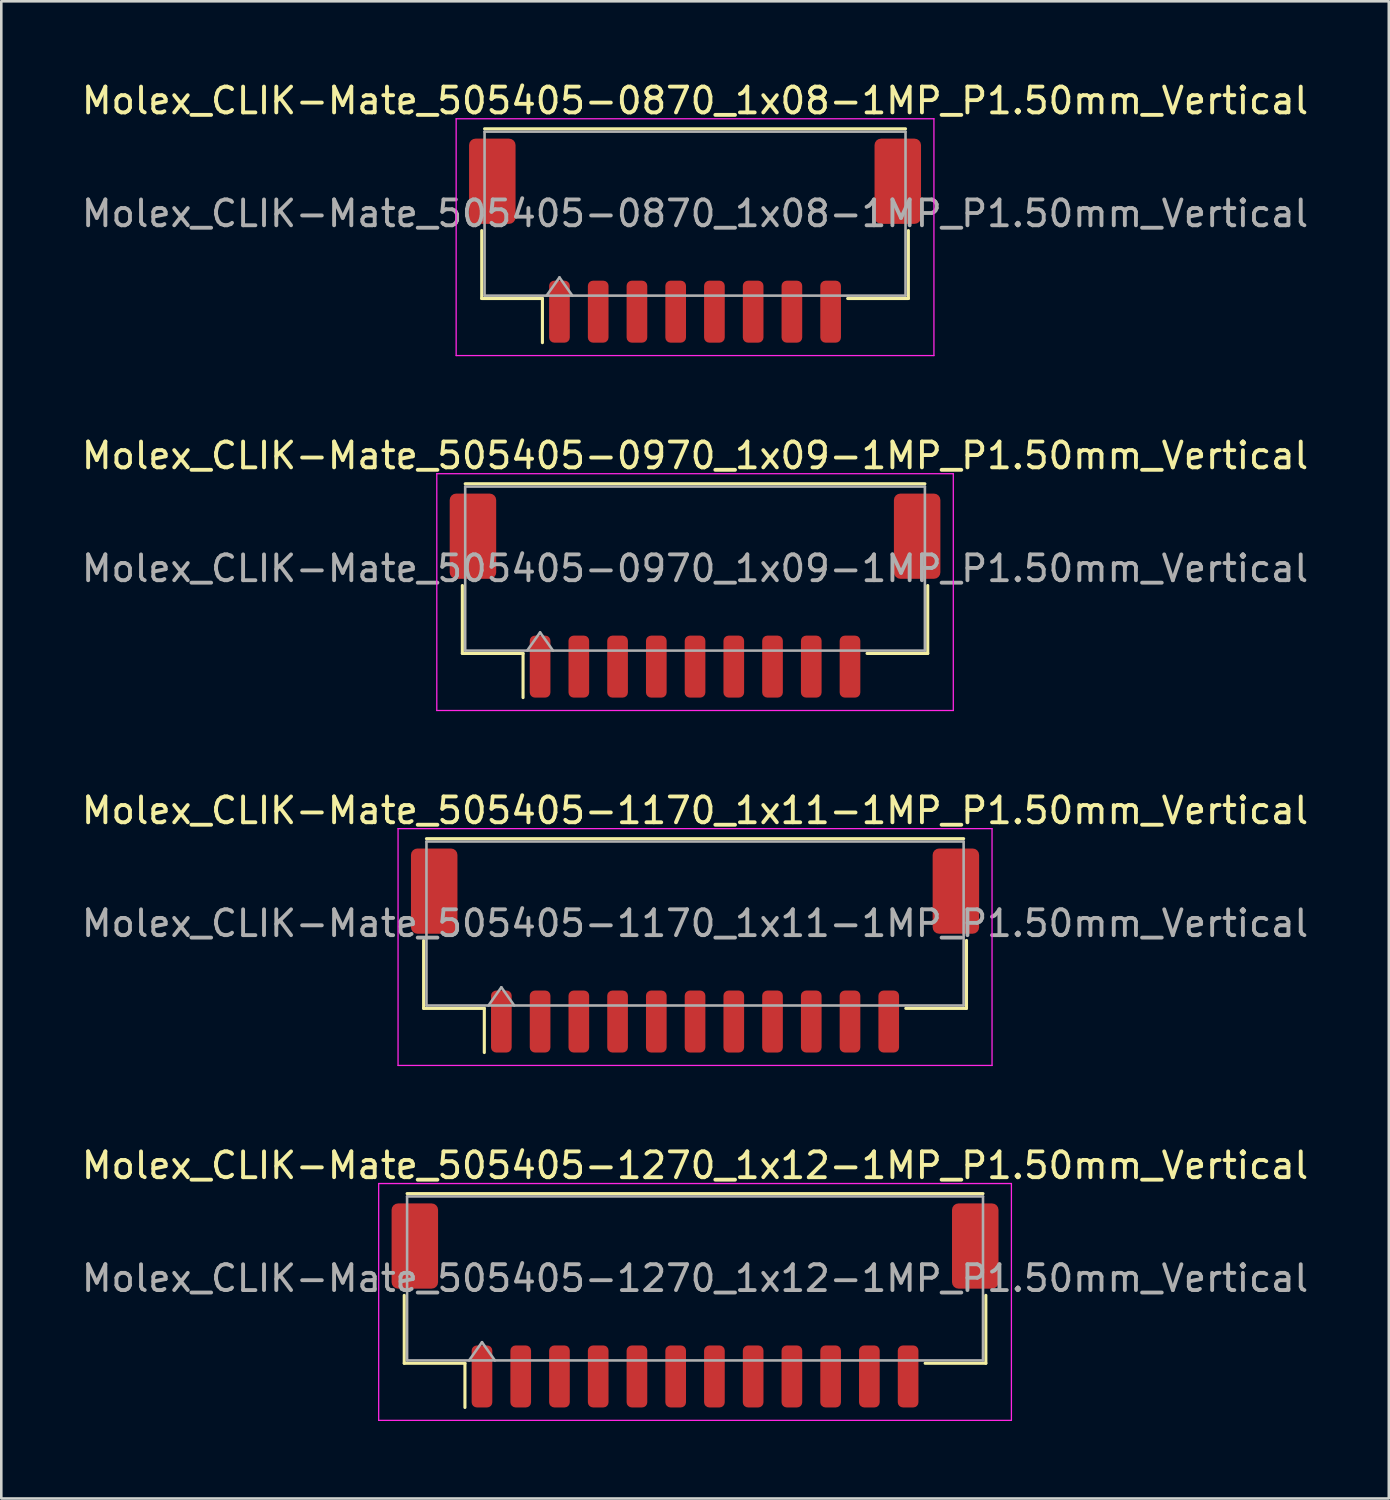
<source format=kicad_pcb>
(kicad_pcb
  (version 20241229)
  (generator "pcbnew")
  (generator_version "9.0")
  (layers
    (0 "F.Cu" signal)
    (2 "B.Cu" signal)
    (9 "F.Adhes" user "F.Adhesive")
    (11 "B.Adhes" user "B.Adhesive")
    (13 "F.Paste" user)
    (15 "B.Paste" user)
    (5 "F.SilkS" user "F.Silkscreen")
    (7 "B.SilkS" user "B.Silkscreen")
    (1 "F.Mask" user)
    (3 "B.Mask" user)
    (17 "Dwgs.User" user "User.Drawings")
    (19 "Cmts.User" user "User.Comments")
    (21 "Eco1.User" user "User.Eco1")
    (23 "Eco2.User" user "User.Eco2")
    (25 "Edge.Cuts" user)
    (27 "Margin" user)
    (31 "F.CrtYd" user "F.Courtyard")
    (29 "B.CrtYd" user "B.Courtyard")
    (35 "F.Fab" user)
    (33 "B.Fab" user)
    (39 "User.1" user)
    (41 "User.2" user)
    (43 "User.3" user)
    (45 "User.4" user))
  (footprint "Molex_CLIK-Mate_505405-1270_1x12-1MP_P1.50mm_Vertical"
    (layer "F.Cu")
    (at 23.863 47.498)
    (property "Reference" "Molex_CLIK-Mate_505405-1270_1x12-1MP_P1.50mm_Vertical" (at 0 -5.42 0) (layer "F.SilkS") (effects (font (size 1 1) (thickness 0.15))))
    (attr smd)
    (fp_line (start -11.26 -0.39) (end -11.26 2.24) (stroke (width 0.12) (type solid)) (layer "F.SilkS"))
    (fp_line (start -11.26 2.24) (end -8.91 2.24) (stroke (width 0.12) (type solid)) (layer "F.SilkS"))
    (fp_line (start -11.15 -4.33) (end 11.15 -4.33) (stroke (width 0.12) (type solid)) (layer "F.SilkS"))
    (fp_line (start -8.91 2.24) (end -8.91 3.95) (stroke (width 0.12) (type solid)) (layer "F.SilkS"))
    (fp_line (start 11.26 -0.39) (end 11.26 2.24) (stroke (width 0.12) (type solid)) (layer "F.SilkS"))
    (fp_line (start 11.26 2.24) (end 8.91 2.24) (stroke (width 0.12) (type solid)) (layer "F.SilkS"))
    (fp_line (start -12.25 -4.72) (end -12.25 4.45) (stroke (width 0.05) (type solid)) (layer "F.CrtYd"))
    (fp_line (start -12.25 4.45) (end 12.25 4.45) (stroke (width 0.05) (type solid)) (layer "F.CrtYd"))
    (fp_line (start 12.25 -4.72) (end -12.25 -4.72) (stroke (width 0.05) (type solid)) (layer "F.CrtYd"))
    (fp_line (start 12.25 4.45) (end 12.25 -4.72) (stroke (width 0.05) (type solid)) (layer "F.CrtYd"))
    (fp_line (start -11.15 -4.22) (end 11.15 -4.22) (stroke (width 0.1) (type solid)) (layer "F.Fab"))
    (fp_line (start -11.15 2.13) (end -11.15 -4.22) (stroke (width 0.1) (type solid)) (layer "F.Fab"))
    (fp_line (start -11.15 2.13) (end 11.15 2.13) (stroke (width 0.1) (type solid)) (layer "F.Fab"))
    (fp_line (start -8.75 2.13) (end -8.25 1.423) (stroke (width 0.1) (type solid)) (layer "F.Fab"))
    (fp_line (start -8.25 1.423) (end -7.75 2.13) (stroke (width 0.1) (type solid)) (layer "F.Fab"))
    (fp_line (start 11.15 2.13) (end 11.15 -4.22) (stroke (width 0.1) (type solid)) (layer "F.Fab"))
    (fp_text user "${REFERENCE}" (at 0 -1.05 0) (layer "F.Fab") (effects (font (size 1 1) (thickness 0.15))))
    (pad "1" smd roundrect (at -8.25 2.75) (size 0.8 2.4) (layers "F.Cu" "F.Mask" "F.Paste") (roundrect_rratio 0.25))
    (pad "2" smd roundrect (at -6.75 2.75) (size 0.8 2.4) (layers "F.Cu" "F.Mask" "F.Paste") (roundrect_rratio 0.25))
    (pad "3" smd roundrect (at -5.25 2.75) (size 0.8 2.4) (layers "F.Cu" "F.Mask" "F.Paste") (roundrect_rratio 0.25))
    (pad "4" smd roundrect (at -3.75 2.75) (size 0.8 2.4) (layers "F.Cu" "F.Mask" "F.Paste") (roundrect_rratio 0.25))
    (pad "5" smd roundrect (at -2.25 2.75) (size 0.8 2.4) (layers "F.Cu" "F.Mask" "F.Paste") (roundrect_rratio 0.25))
    (pad "6" smd roundrect (at -0.75 2.75) (size 0.8 2.4) (layers "F.Cu" "F.Mask" "F.Paste") (roundrect_rratio 0.25))
    (pad "7" smd roundrect (at 0.75 2.75) (size 0.8 2.4) (layers "F.Cu" "F.Mask" "F.Paste") (roundrect_rratio 0.25))
    (pad "8" smd roundrect (at 2.25 2.75) (size 0.8 2.4) (layers "F.Cu" "F.Mask" "F.Paste") (roundrect_rratio 0.25))
    (pad "9" smd roundrect (at 3.75 2.75) (size 0.8 2.4) (layers "F.Cu" "F.Mask" "F.Paste") (roundrect_rratio 0.25))
    (pad "10" smd roundrect (at 5.25 2.75) (size 0.8 2.4) (layers "F.Cu" "F.Mask" "F.Paste") (roundrect_rratio 0.25))
    (pad "11" smd roundrect (at 6.75 2.75) (size 0.8 2.4) (layers "F.Cu" "F.Mask" "F.Paste") (roundrect_rratio 0.25))
    (pad "12" smd roundrect (at 8.25 2.75) (size 0.8 2.4) (layers "F.Cu" "F.Mask" "F.Paste") (roundrect_rratio 0.25))
    (pad "MP" smd roundrect (at -10.85 -2.3) (size 1.8 3.3) (layers "F.Cu" "F.Mask" "F.Paste") (roundrect_rratio 0.139))
    (pad "MP" smd roundrect (at 10.85 -2.3) (size 1.8 3.3) (layers "F.Cu" "F.Mask" "F.Paste") (roundrect_rratio 0.139)))
  (footprint "Molex_CLIK-Mate_505405-1170_1x11-1MP_P1.50mm_Vertical"
    (layer "F.Cu")
    (at 23.863 33.755)
    (property "Reference" "Molex_CLIK-Mate_505405-1170_1x11-1MP_P1.50mm_Vertical" (at 0 -5.42 0) (layer "F.SilkS") (effects (font (size 1 1) (thickness 0.15))))
    (attr smd)
    (fp_line (start -10.51 -0.39) (end -10.51 2.24) (stroke (width 0.12) (type solid)) (layer "F.SilkS"))
    (fp_line (start -10.51 2.24) (end -8.16 2.24) (stroke (width 0.12) (type solid)) (layer "F.SilkS"))
    (fp_line (start -10.4 -4.33) (end 10.4 -4.33) (stroke (width 0.12) (type solid)) (layer "F.SilkS"))
    (fp_line (start -8.16 2.24) (end -8.16 3.95) (stroke (width 0.12) (type solid)) (layer "F.SilkS"))
    (fp_line (start 10.51 -0.39) (end 10.51 2.24) (stroke (width 0.12) (type solid)) (layer "F.SilkS"))
    (fp_line (start 10.51 2.24) (end 8.16 2.24) (stroke (width 0.12) (type solid)) (layer "F.SilkS"))
    (fp_line (start -11.5 -4.72) (end -11.5 4.45) (stroke (width 0.05) (type solid)) (layer "F.CrtYd"))
    (fp_line (start -11.5 4.45) (end 11.5 4.45) (stroke (width 0.05) (type solid)) (layer "F.CrtYd"))
    (fp_line (start 11.5 -4.72) (end -11.5 -4.72) (stroke (width 0.05) (type solid)) (layer "F.CrtYd"))
    (fp_line (start 11.5 4.45) (end 11.5 -4.72) (stroke (width 0.05) (type solid)) (layer "F.CrtYd"))
    (fp_line (start -10.4 -4.22) (end 10.4 -4.22) (stroke (width 0.1) (type solid)) (layer "F.Fab"))
    (fp_line (start -10.4 2.13) (end -10.4 -4.22) (stroke (width 0.1) (type solid)) (layer "F.Fab"))
    (fp_line (start -10.4 2.13) (end 10.4 2.13) (stroke (width 0.1) (type solid)) (layer "F.Fab"))
    (fp_line (start -8 2.13) (end -7.5 1.423) (stroke (width 0.1) (type solid)) (layer "F.Fab"))
    (fp_line (start -7.5 1.423) (end -7 2.13) (stroke (width 0.1) (type solid)) (layer "F.Fab"))
    (fp_line (start 10.4 2.13) (end 10.4 -4.22) (stroke (width 0.1) (type solid)) (layer "F.Fab"))
    (fp_text user "${REFERENCE}" (at 0 -1.05 0) (layer "F.Fab") (effects (font (size 1 1) (thickness 0.15))))
    (pad "1" smd roundrect (at -7.5 2.75) (size 0.8 2.4) (layers "F.Cu" "F.Mask" "F.Paste") (roundrect_rratio 0.25))
    (pad "2" smd roundrect (at -6 2.75) (size 0.8 2.4) (layers "F.Cu" "F.Mask" "F.Paste") (roundrect_rratio 0.25))
    (pad "3" smd roundrect (at -4.5 2.75) (size 0.8 2.4) (layers "F.Cu" "F.Mask" "F.Paste") (roundrect_rratio 0.25))
    (pad "4" smd roundrect (at -3 2.75) (size 0.8 2.4) (layers "F.Cu" "F.Mask" "F.Paste") (roundrect_rratio 0.25))
    (pad "5" smd roundrect (at -1.5 2.75) (size 0.8 2.4) (layers "F.Cu" "F.Mask" "F.Paste") (roundrect_rratio 0.25))
    (pad "6" smd roundrect (at 0 2.75) (size 0.8 2.4) (layers "F.Cu" "F.Mask" "F.Paste") (roundrect_rratio 0.25))
    (pad "7" smd roundrect (at 1.5 2.75) (size 0.8 2.4) (layers "F.Cu" "F.Mask" "F.Paste") (roundrect_rratio 0.25))
    (pad "8" smd roundrect (at 3 2.75) (size 0.8 2.4) (layers "F.Cu" "F.Mask" "F.Paste") (roundrect_rratio 0.25))
    (pad "9" smd roundrect (at 4.5 2.75) (size 0.8 2.4) (layers "F.Cu" "F.Mask" "F.Paste") (roundrect_rratio 0.25))
    (pad "10" smd roundrect (at 6 2.75) (size 0.8 2.4) (layers "F.Cu" "F.Mask" "F.Paste") (roundrect_rratio 0.25))
    (pad "11" smd roundrect (at 7.5 2.75) (size 0.8 2.4) (layers "F.Cu" "F.Mask" "F.Paste") (roundrect_rratio 0.25))
    (pad "MP" smd roundrect (at -10.1 -2.3) (size 1.8 3.3) (layers "F.Cu" "F.Mask" "F.Paste") (roundrect_rratio 0.139))
    (pad "MP" smd roundrect (at 10.1 -2.3) (size 1.8 3.3) (layers "F.Cu" "F.Mask" "F.Paste") (roundrect_rratio 0.139)))
  (footprint "Molex_CLIK-Mate_505405-0970_1x09-1MP_P1.50mm_Vertical"
    (layer "F.Cu")
    (at 23.863 20.012)
    (property "Reference" "Molex_CLIK-Mate_505405-0970_1x09-1MP_P1.50mm_Vertical" (at 0 -5.42 0) (layer "F.SilkS") (effects (font (size 1 1) (thickness 0.15))))
    (attr smd)
    (fp_line (start -9.01 -0.39) (end -9.01 2.24) (stroke (width 0.12) (type solid)) (layer "F.SilkS"))
    (fp_line (start -9.01 2.24) (end -6.66 2.24) (stroke (width 0.12) (type solid)) (layer "F.SilkS"))
    (fp_line (start -8.9 -4.33) (end 8.9 -4.33) (stroke (width 0.12) (type solid)) (layer "F.SilkS"))
    (fp_line (start -6.66 2.24) (end -6.66 3.95) (stroke (width 0.12) (type solid)) (layer "F.SilkS"))
    (fp_line (start 9.01 -0.39) (end 9.01 2.24) (stroke (width 0.12) (type solid)) (layer "F.SilkS"))
    (fp_line (start 9.01 2.24) (end 6.66 2.24) (stroke (width 0.12) (type solid)) (layer "F.SilkS"))
    (fp_line (start -10 -4.72) (end -10 4.45) (stroke (width 0.05) (type solid)) (layer "F.CrtYd"))
    (fp_line (start -10 4.45) (end 10 4.45) (stroke (width 0.05) (type solid)) (layer "F.CrtYd"))
    (fp_line (start 10 -4.72) (end -10 -4.72) (stroke (width 0.05) (type solid)) (layer "F.CrtYd"))
    (fp_line (start 10 4.45) (end 10 -4.72) (stroke (width 0.05) (type solid)) (layer "F.CrtYd"))
    (fp_line (start -8.9 -4.22) (end 8.9 -4.22) (stroke (width 0.1) (type solid)) (layer "F.Fab"))
    (fp_line (start -8.9 2.13) (end -8.9 -4.22) (stroke (width 0.1) (type solid)) (layer "F.Fab"))
    (fp_line (start -8.9 2.13) (end 8.9 2.13) (stroke (width 0.1) (type solid)) (layer "F.Fab"))
    (fp_line (start -6.5 2.13) (end -6 1.423) (stroke (width 0.1) (type solid)) (layer "F.Fab"))
    (fp_line (start -6 1.423) (end -5.5 2.13) (stroke (width 0.1) (type solid)) (layer "F.Fab"))
    (fp_line (start 8.9 2.13) (end 8.9 -4.22) (stroke (width 0.1) (type solid)) (layer "F.Fab"))
    (fp_text user "${REFERENCE}" (at 0 -1.05 0) (layer "F.Fab") (effects (font (size 1 1) (thickness 0.15))))
    (pad "1" smd roundrect (at -6 2.75) (size 0.8 2.4) (layers "F.Cu" "F.Mask" "F.Paste") (roundrect_rratio 0.25))
    (pad "2" smd roundrect (at -4.5 2.75) (size 0.8 2.4) (layers "F.Cu" "F.Mask" "F.Paste") (roundrect_rratio 0.25))
    (pad "3" smd roundrect (at -3 2.75) (size 0.8 2.4) (layers "F.Cu" "F.Mask" "F.Paste") (roundrect_rratio 0.25))
    (pad "4" smd roundrect (at -1.5 2.75) (size 0.8 2.4) (layers "F.Cu" "F.Mask" "F.Paste") (roundrect_rratio 0.25))
    (pad "5" smd roundrect (at 0 2.75) (size 0.8 2.4) (layers "F.Cu" "F.Mask" "F.Paste") (roundrect_rratio 0.25))
    (pad "6" smd roundrect (at 1.5 2.75) (size 0.8 2.4) (layers "F.Cu" "F.Mask" "F.Paste") (roundrect_rratio 0.25))
    (pad "7" smd roundrect (at 3 2.75) (size 0.8 2.4) (layers "F.Cu" "F.Mask" "F.Paste") (roundrect_rratio 0.25))
    (pad "8" smd roundrect (at 4.5 2.75) (size 0.8 2.4) (layers "F.Cu" "F.Mask" "F.Paste") (roundrect_rratio 0.25))
    (pad "9" smd roundrect (at 6 2.75) (size 0.8 2.4) (layers "F.Cu" "F.Mask" "F.Paste") (roundrect_rratio 0.25))
    (pad "MP" smd roundrect (at -8.6 -2.3) (size 1.8 3.3) (layers "F.Cu" "F.Mask" "F.Paste") (roundrect_rratio 0.139))
    (pad "MP" smd roundrect (at 8.6 -2.3) (size 1.8 3.3) (layers "F.Cu" "F.Mask" "F.Paste") (roundrect_rratio 0.139)))
  (footprint "Molex_CLIK-Mate_505405-0870_1x08-1MP_P1.50mm_Vertical"
    (layer "F.Cu")
    (at 23.863 6.268)
    (property "Reference" "Molex_CLIK-Mate_505405-0870_1x08-1MP_P1.50mm_Vertical" (at 0 -5.42 0) (layer "F.SilkS") (effects (font (size 1 1) (thickness 0.15))))
    (attr smd)
    (fp_line (start -8.26 -0.39) (end -8.26 2.24) (stroke (width 0.12) (type solid)) (layer "F.SilkS"))
    (fp_line (start -8.26 2.24) (end -5.91 2.24) (stroke (width 0.12) (type solid)) (layer "F.SilkS"))
    (fp_line (start -8.15 -4.33) (end 8.15 -4.33) (stroke (width 0.12) (type solid)) (layer "F.SilkS"))
    (fp_line (start -5.91 2.24) (end -5.91 3.95) (stroke (width 0.12) (type solid)) (layer "F.SilkS"))
    (fp_line (start 8.26 -0.39) (end 8.26 2.24) (stroke (width 0.12) (type solid)) (layer "F.SilkS"))
    (fp_line (start 8.26 2.24) (end 5.91 2.24) (stroke (width 0.12) (type solid)) (layer "F.SilkS"))
    (fp_line (start -9.25 -4.72) (end -9.25 4.45) (stroke (width 0.05) (type solid)) (layer "F.CrtYd"))
    (fp_line (start -9.25 4.45) (end 9.25 4.45) (stroke (width 0.05) (type solid)) (layer "F.CrtYd"))
    (fp_line (start 9.25 -4.72) (end -9.25 -4.72) (stroke (width 0.05) (type solid)) (layer "F.CrtYd"))
    (fp_line (start 9.25 4.45) (end 9.25 -4.72) (stroke (width 0.05) (type solid)) (layer "F.CrtYd"))
    (fp_line (start -8.15 -4.22) (end 8.15 -4.22) (stroke (width 0.1) (type solid)) (layer "F.Fab"))
    (fp_line (start -8.15 2.13) (end -8.15 -4.22) (stroke (width 0.1) (type solid)) (layer "F.Fab"))
    (fp_line (start -8.15 2.13) (end 8.15 2.13) (stroke (width 0.1) (type solid)) (layer "F.Fab"))
    (fp_line (start -5.75 2.13) (end -5.25 1.423) (stroke (width 0.1) (type solid)) (layer "F.Fab"))
    (fp_line (start -5.25 1.423) (end -4.75 2.13) (stroke (width 0.1) (type solid)) (layer "F.Fab"))
    (fp_line (start 8.15 2.13) (end 8.15 -4.22) (stroke (width 0.1) (type solid)) (layer "F.Fab"))
    (fp_text user "${REFERENCE}" (at 0 -1.05 0) (layer "F.Fab") (effects (font (size 1 1) (thickness 0.15))))
    (pad "1" smd roundrect (at -5.25 2.75) (size 0.8 2.4) (layers "F.Cu" "F.Mask" "F.Paste") (roundrect_rratio 0.25))
    (pad "2" smd roundrect (at -3.75 2.75) (size 0.8 2.4) (layers "F.Cu" "F.Mask" "F.Paste") (roundrect_rratio 0.25))
    (pad "3" smd roundrect (at -2.25 2.75) (size 0.8 2.4) (layers "F.Cu" "F.Mask" "F.Paste") (roundrect_rratio 0.25))
    (pad "4" smd roundrect (at -0.75 2.75) (size 0.8 2.4) (layers "F.Cu" "F.Mask" "F.Paste") (roundrect_rratio 0.25))
    (pad "5" smd roundrect (at 0.75 2.75) (size 0.8 2.4) (layers "F.Cu" "F.Mask" "F.Paste") (roundrect_rratio 0.25))
    (pad "6" smd roundrect (at 2.25 2.75) (size 0.8 2.4) (layers "F.Cu" "F.Mask" "F.Paste") (roundrect_rratio 0.25))
    (pad "7" smd roundrect (at 3.75 2.75) (size 0.8 2.4) (layers "F.Cu" "F.Mask" "F.Paste") (roundrect_rratio 0.25))
    (pad "8" smd roundrect (at 5.25 2.75) (size 0.8 2.4) (layers "F.Cu" "F.Mask" "F.Paste") (roundrect_rratio 0.25))
    (pad "MP" smd roundrect (at -7.85 -2.3) (size 1.8 3.3) (layers "F.Cu" "F.Mask" "F.Paste") (roundrect_rratio 0.139))
    (pad "MP" smd roundrect (at 7.85 -2.3) (size 1.8 3.3) (layers "F.Cu" "F.Mask" "F.Paste") (roundrect_rratio 0.139)))
  (gr_rect
    (start -3 -3)
    (end 50.726 54.973)
    (stroke (width 0.1) (type default))
    (fill no)
    (layer "Edge.Cuts")))
</source>
